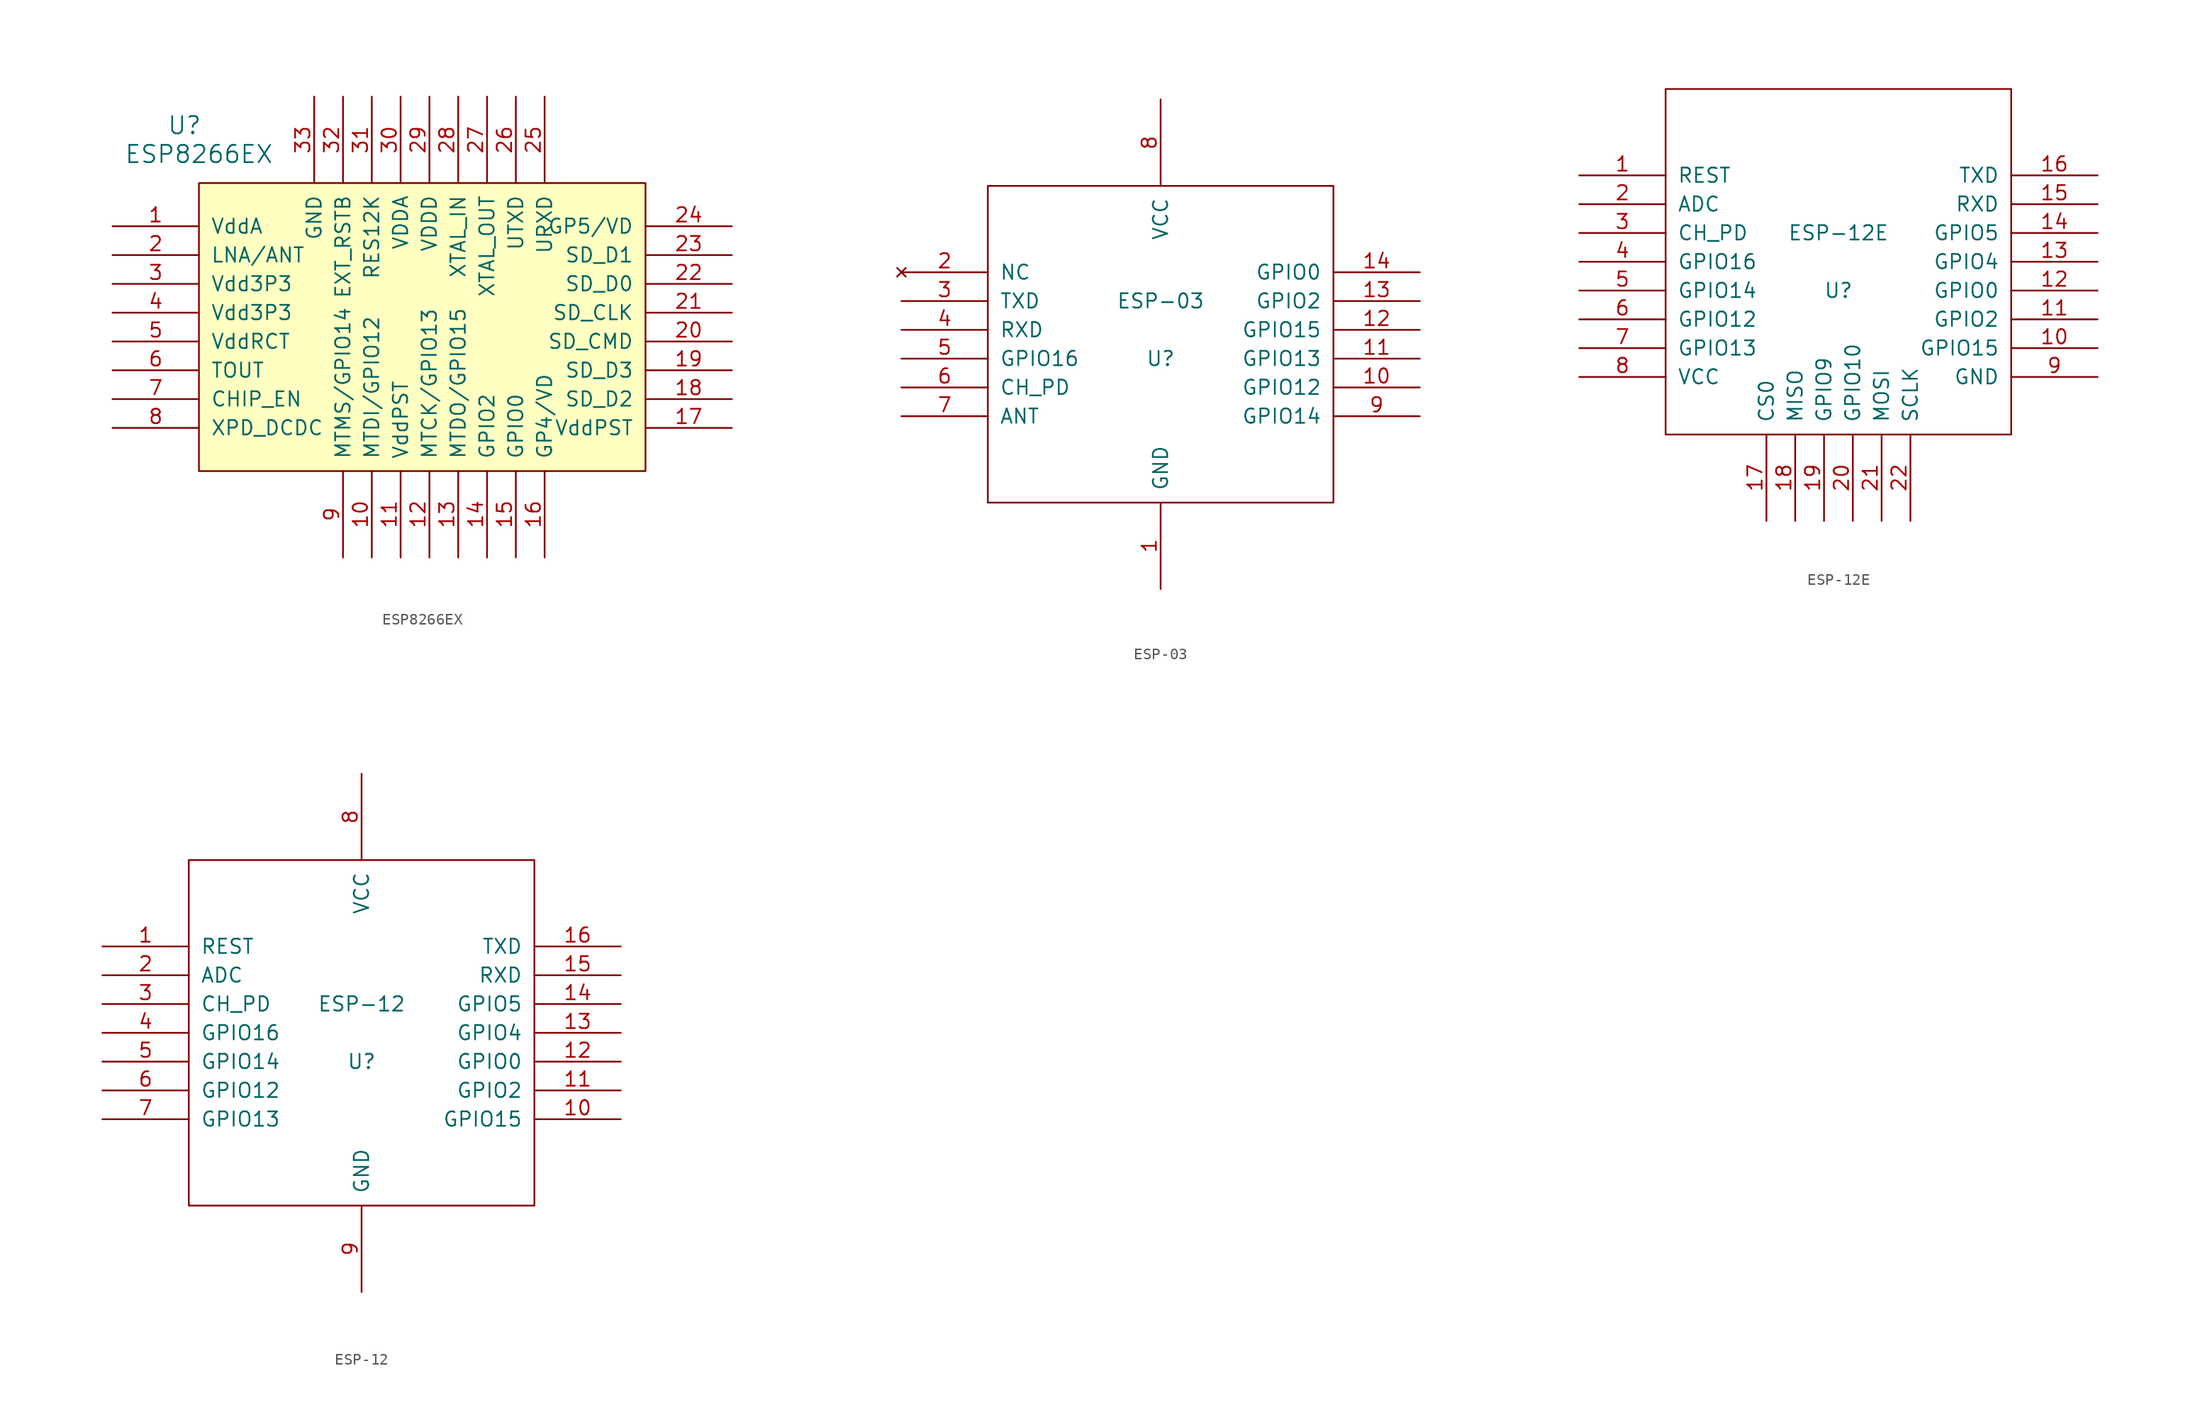
<source format=kicad_sym>
(kicad_symbol_lib
  (version 20211014)
  (generator kicad_symbol_editor)
  (symbol "ESP8266EX"
    (pin_names
      (offset 1.016))
    (property "Reference" "U"
      (at -22.86 17.78 0)
      (effects (font (size 1.524 1.524))))
    (property "Value" "ESP8266EX"
      (at -21.59 15.24 0)
      (effects (font (size 1.524 1.524))))
    (property "Footprint" ""
      (at -22.86 17.78 0)
      (effects (font (size 1.524 1.524))))
    (property "Datasheet" ""
      (at -22.86 17.78 0)
      (effects (font (size 1.524 1.524))))
    (symbol "ESP8266EX_0_1"
      (rectangle (start -21.59 12.7) (end 17.78 -12.7) (stroke (width 0) (type default) (color 0 0 0 0)) (fill (type background))))
    (symbol "ESP8266EX_1_1"
      (pin input line (at -29.21 8.89 0) (length 7.62) (name "VddA" (effects (font (size 1.27 1.27)))) (number "1" (effects (font (size 1.27 1.27)))))
      (pin input line (at -6.35 -20.32 90) (length 7.62) (name "MTDI/GPIO12" (effects (font (size 1.27 1.27)))) (number "10" (effects (font (size 1.27 1.27)))))
      (pin input line (at -3.81 -20.32 90) (length 7.62) (name "VddPST" (effects (font (size 1.27 1.27)))) (number "11" (effects (font (size 1.27 1.27)))))
      (pin input line (at -1.27 -20.32 90) (length 7.62) (name "MTCK/GPIO13" (effects (font (size 1.27 1.27)))) (number "12" (effects (font (size 1.27 1.27)))))
      (pin input line (at 1.27 -20.32 90) (length 7.62) (name "MTDO/GPIO15" (effects (font (size 1.27 1.27)))) (number "13" (effects (font (size 1.27 1.27)))))
      (pin input line (at 3.81 -20.32 90) (length 7.62) (name "GPIO2" (effects (font (size 1.27 1.27)))) (number "14" (effects (font (size 1.27 1.27)))))
      (pin input line (at 6.35 -20.32 90) (length 7.62) (name "GPIO0" (effects (font (size 1.27 1.27)))) (number "15" (effects (font (size 1.27 1.27)))))
      (pin input line (at 8.89 -20.32 90) (length 7.62) (name "GP4/VD" (effects (font (size 1.27 1.27)))) (number "16" (effects (font (size 1.27 1.27)))))
      (pin input line (at 25.4 -8.89 180) (length 7.62) (name "VddPST" (effects (font (size 1.27 1.27)))) (number "17" (effects (font (size 1.27 1.27)))))
      (pin input line (at 25.4 -6.35 180) (length 7.62) (name "SD_D2" (effects (font (size 1.27 1.27)))) (number "18" (effects (font (size 1.27 1.27)))))
      (pin input line (at 25.4 -3.81 180) (length 7.62) (name "SD_D3" (effects (font (size 1.27 1.27)))) (number "19" (effects (font (size 1.27 1.27)))))
      (pin input line (at -29.21 6.35 0) (length 7.62) (name "LNA/ANT" (effects (font (size 1.27 1.27)))) (number "2" (effects (font (size 1.27 1.27)))))
      (pin input line (at 25.4 -1.27 180) (length 7.62) (name "SD_CMD" (effects (font (size 1.27 1.27)))) (number "20" (effects (font (size 1.27 1.27)))))
      (pin input line (at 25.4 1.27 180) (length 7.62) (name "SD_CLK" (effects (font (size 1.27 1.27)))) (number "21" (effects (font (size 1.27 1.27)))))
      (pin input line (at 25.4 3.81 180) (length 7.62) (name "SD_D0" (effects (font (size 1.27 1.27)))) (number "22" (effects (font (size 1.27 1.27)))))
      (pin input line (at 25.4 6.35 180) (length 7.62) (name "SD_D1" (effects (font (size 1.27 1.27)))) (number "23" (effects (font (size 1.27 1.27)))))
      (pin input line (at 25.4 8.89 180) (length 7.62) (name "GP5/VD" (effects (font (size 1.27 1.27)))) (number "24" (effects (font (size 1.27 1.27)))))
      (pin input line (at 8.89 20.32 270) (length 7.62) (name "URXD" (effects (font (size 1.27 1.27)))) (number "25" (effects (font (size 1.27 1.27)))))
      (pin input line (at 6.35 20.32 270) (length 7.62) (name "UTXD" (effects (font (size 1.27 1.27)))) (number "26" (effects (font (size 1.27 1.27)))))
      (pin input line (at 3.81 20.32 270) (length 7.62) (name "XTAL_OUT" (effects (font (size 1.27 1.27)))) (number "27" (effects (font (size 1.27 1.27)))))
      (pin input line (at 1.27 20.32 270) (length 7.62) (name "XTAL_IN" (effects (font (size 1.27 1.27)))) (number "28" (effects (font (size 1.27 1.27)))))
      (pin input line (at -1.27 20.32 270) (length 7.62) (name "VDDD" (effects (font (size 1.27 1.27)))) (number "29" (effects (font (size 1.27 1.27)))))
      (pin input line (at -29.21 3.81 0) (length 7.62) (name "Vdd3P3" (effects (font (size 1.27 1.27)))) (number "3" (effects (font (size 1.27 1.27)))))
      (pin input line (at -3.81 20.32 270) (length 7.62) (name "VDDA" (effects (font (size 1.27 1.27)))) (number "30" (effects (font (size 1.27 1.27)))))
      (pin input line (at -6.35 20.32 270) (length 7.62) (name "RES12K" (effects (font (size 1.27 1.27)))) (number "31" (effects (font (size 1.27 1.27)))))
      (pin input line (at -8.89 20.32 270) (length 7.62) (name "EXT_RSTB" (effects (font (size 1.27 1.27)))) (number "32" (effects (font (size 1.27 1.27)))))
      (pin input line (at -11.43 20.32 270) (length 7.62) (name "GND" (effects (font (size 1.27 1.27)))) (number "33" (effects (font (size 1.27 1.27)))))
      (pin input line (at -29.21 1.27 0) (length 7.62) (name "Vdd3P3" (effects (font (size 1.27 1.27)))) (number "4" (effects (font (size 1.27 1.27)))))
      (pin input line (at -29.21 -1.27 0) (length 7.62) (name "VddRCT" (effects (font (size 1.27 1.27)))) (number "5" (effects (font (size 1.27 1.27)))))
      (pin input line (at -29.21 -3.81 0) (length 7.62) (name "TOUT" (effects (font (size 1.27 1.27)))) (number "6" (effects (font (size 1.27 1.27)))))
      (pin input line (at -29.21 -6.35 0) (length 7.62) (name "CHIP_EN" (effects (font (size 1.27 1.27)))) (number "7" (effects (font (size 1.27 1.27)))))
      (pin input line (at -29.21 -8.89 0) (length 7.62) (name "XPD_DCDC" (effects (font (size 1.27 1.27)))) (number "8" (effects (font (size 1.27 1.27)))))
      (pin input line (at -8.89 -20.32 90) (length 7.62) (name "MTMS/GPIO14" (effects (font (size 1.27 1.27)))) (number "9" (effects (font (size 1.27 1.27)))))))
  (symbol "ESP-03"
    (pin_names
      (offset 1.016))
    (property "Reference" "U"
      (at 0 0 0)
      (effects (font (size 1.27 1.27))))
    (property "Value" "ESP-03"
      (at 0 5.08 0)
      (effects (font (size 1.27 1.27))))
    (symbol "ESP-03_1_0"
      (rectangle (start -15.24 -12.7) (end 15.24 15.24) (stroke (width 0) (type default) (color 0 0 0 0)) (fill (type none))))
    (symbol "ESP-03_1_1"
      (pin power_in line (at 0 -20.32 90) (length 7.62) (name "GND" (effects (font (size 1.27 1.27)))) (number "1" (effects (font (size 1.27 1.27)))))
      (pin bidirectional line (at 22.86 -2.54 180) (length 7.62) (name "GPIO12" (effects (font (size 1.27 1.27)))) (number "10" (effects (font (size 1.27 1.27)))))
      (pin bidirectional line (at 22.86 0 180) (length 7.62) (name "GPIO13" (effects (font (size 1.27 1.27)))) (number "11" (effects (font (size 1.27 1.27)))))
      (pin bidirectional line (at 22.86 2.54 180) (length 7.62) (name "GPIO15" (effects (font (size 1.27 1.27)))) (number "12" (effects (font (size 1.27 1.27)))))
      (pin bidirectional line (at 22.86 5.08 180) (length 7.62) (name "GPIO2" (effects (font (size 1.27 1.27)))) (number "13" (effects (font (size 1.27 1.27)))))
      (pin input line (at 22.86 7.62 180) (length 7.62) (name "GPIO0" (effects (font (size 1.27 1.27)))) (number "14" (effects (font (size 1.27 1.27)))))
      (pin no_connect line (at -22.86 7.62 0) (length 7.62) (name "NC" (effects (font (size 1.27 1.27)))) (number "2" (effects (font (size 1.27 1.27)))))
      (pin output line (at -22.86 5.08 0) (length 7.62) (name "TXD" (effects (font (size 1.27 1.27)))) (number "3" (effects (font (size 1.27 1.27)))))
      (pin input line (at -22.86 2.54 0) (length 7.62) (name "RXD" (effects (font (size 1.27 1.27)))) (number "4" (effects (font (size 1.27 1.27)))))
      (pin bidirectional line (at -22.86 0 0) (length 7.62) (name "GPIO16" (effects (font (size 1.27 1.27)))) (number "5" (effects (font (size 1.27 1.27)))))
      (pin input line (at -22.86 -2.54 0) (length 7.62) (name "CH_PD" (effects (font (size 1.27 1.27)))) (number "6" (effects (font (size 1.27 1.27)))))
      (pin unspecified line (at -22.86 -5.08 0) (length 7.62) (name "ANT" (effects (font (size 1.27 1.27)))) (number "7" (effects (font (size 1.27 1.27)))))
      (pin power_in line (at 0 22.86 270) (length 7.62) (name "VCC" (effects (font (size 1.27 1.27)))) (number "8" (effects (font (size 1.27 1.27)))))
      (pin bidirectional line (at 22.86 -5.08 180) (length 7.62) (name "GPIO14" (effects (font (size 1.27 1.27)))) (number "9" (effects (font (size 1.27 1.27)))))))
  (symbol "ESP-12E"
    (pin_names
      (offset 1.016))
    (property "Reference" "U"
      (at 0 -2.54 0)
      (effects (font (size 1.27 1.27))))
    (property "Value" "ESP-12E"
      (at 0 2.54 0)
      (effects (font (size 1.27 1.27))))
    (symbol "ESP-12E_1_0"
      (rectangle (start -15.24 -15.24) (end 15.24 15.24) (stroke (width 0) (type default) (color 0 0 0 0)) (fill (type none))))
    (symbol "ESP-12E_1_1"
      (pin input line (at -22.86 7.62 0) (length 7.62) (name "REST" (effects (font (size 1.27 1.27)))) (number "1" (effects (font (size 1.27 1.27)))))
      (pin bidirectional line (at 22.86 -7.62 180) (length 7.62) (name "GPIO15" (effects (font (size 1.27 1.27)))) (number "10" (effects (font (size 1.27 1.27)))))
      (pin bidirectional line (at 22.86 -5.08 180) (length 7.62) (name "GPIO2" (effects (font (size 1.27 1.27)))) (number "11" (effects (font (size 1.27 1.27)))))
      (pin bidirectional line (at 22.86 -2.54 180) (length 7.62) (name "GPIO0" (effects (font (size 1.27 1.27)))) (number "12" (effects (font (size 1.27 1.27)))))
      (pin bidirectional line (at 22.86 0 180) (length 7.62) (name "GPIO4" (effects (font (size 1.27 1.27)))) (number "13" (effects (font (size 1.27 1.27)))))
      (pin bidirectional line (at 22.86 2.54 180) (length 7.62) (name "GPIO5" (effects (font (size 1.27 1.27)))) (number "14" (effects (font (size 1.27 1.27)))))
      (pin input line (at 22.86 5.08 180) (length 7.62) (name "RXD" (effects (font (size 1.27 1.27)))) (number "15" (effects (font (size 1.27 1.27)))))
      (pin output line (at 22.86 7.62 180) (length 7.62) (name "TXD" (effects (font (size 1.27 1.27)))) (number "16" (effects (font (size 1.27 1.27)))))
      (pin bidirectional line (at -6.35 -22.86 90) (length 7.62) (name "CS0" (effects (font (size 1.27 1.27)))) (number "17" (effects (font (size 1.27 1.27)))))
      (pin bidirectional line (at -3.81 -22.86 90) (length 7.62) (name "MISO" (effects (font (size 1.27 1.27)))) (number "18" (effects (font (size 1.27 1.27)))))
      (pin bidirectional line (at -1.27 -22.86 90) (length 7.62) (name "GPIO9" (effects (font (size 1.27 1.27)))) (number "19" (effects (font (size 1.27 1.27)))))
      (pin passive line (at -22.86 5.08 0) (length 7.62) (name "ADC" (effects (font (size 1.27 1.27)))) (number "2" (effects (font (size 1.27 1.27)))))
      (pin bidirectional line (at 1.27 -22.86 90) (length 7.62) (name "GPIO10" (effects (font (size 1.27 1.27)))) (number "20" (effects (font (size 1.27 1.27)))))
      (pin bidirectional line (at 3.81 -22.86 90) (length 7.62) (name "MOSI" (effects (font (size 1.27 1.27)))) (number "21" (effects (font (size 1.27 1.27)))))
      (pin bidirectional line (at 6.35 -22.86 90) (length 7.62) (name "SCLK" (effects (font (size 1.27 1.27)))) (number "22" (effects (font (size 1.27 1.27)))))
      (pin input line (at -22.86 2.54 0) (length 7.62) (name "CH_PD" (effects (font (size 1.27 1.27)))) (number "3" (effects (font (size 1.27 1.27)))))
      (pin bidirectional line (at -22.86 0 0) (length 7.62) (name "GPIO16" (effects (font (size 1.27 1.27)))) (number "4" (effects (font (size 1.27 1.27)))))
      (pin bidirectional line (at -22.86 -2.54 0) (length 7.62) (name "GPIO14" (effects (font (size 1.27 1.27)))) (number "5" (effects (font (size 1.27 1.27)))))
      (pin bidirectional line (at -22.86 -5.08 0) (length 7.62) (name "GPIO12" (effects (font (size 1.27 1.27)))) (number "6" (effects (font (size 1.27 1.27)))))
      (pin bidirectional line (at -22.86 -7.62 0) (length 7.62) (name "GPIO13" (effects (font (size 1.27 1.27)))) (number "7" (effects (font (size 1.27 1.27)))))
      (pin power_in line (at -22.86 -10.16 0) (length 7.62) (name "VCC" (effects (font (size 1.27 1.27)))) (number "8" (effects (font (size 1.27 1.27)))))
      (pin power_in line (at 22.86 -10.16 180) (length 7.62) (name "GND" (effects (font (size 1.27 1.27)))) (number "9" (effects (font (size 1.27 1.27)))))))
  (symbol "ESP-12"
    (pin_names
      (offset 1.016))
    (property "Reference" "U"
      (at 0 -2.54 0)
      (effects (font (size 1.27 1.27))))
    (property "Value" "ESP-12"
      (at 0 2.54 0)
      (effects (font (size 1.27 1.27))))
    (symbol "ESP-12_1_0"
      (rectangle (start -15.24 -15.24) (end 15.24 15.24) (stroke (width 0) (type default) (color 0 0 0 0)) (fill (type none))))
    (symbol "ESP-12_1_1"
      (pin input line (at -22.86 7.62 0) (length 7.62) (name "REST" (effects (font (size 1.27 1.27)))) (number "1" (effects (font (size 1.27 1.27)))))
      (pin bidirectional line (at 22.86 -7.62 180) (length 7.62) (name "GPIO15" (effects (font (size 1.27 1.27)))) (number "10" (effects (font (size 1.27 1.27)))))
      (pin bidirectional line (at 22.86 -5.08 180) (length 7.62) (name "GPIO2" (effects (font (size 1.27 1.27)))) (number "11" (effects (font (size 1.27 1.27)))))
      (pin bidirectional line (at 22.86 -2.54 180) (length 7.62) (name "GPIO0" (effects (font (size 1.27 1.27)))) (number "12" (effects (font (size 1.27 1.27)))))
      (pin bidirectional line (at 22.86 0 180) (length 7.62) (name "GPIO4" (effects (font (size 1.27 1.27)))) (number "13" (effects (font (size 1.27 1.27)))))
      (pin bidirectional line (at 22.86 2.54 180) (length 7.62) (name "GPIO5" (effects (font (size 1.27 1.27)))) (number "14" (effects (font (size 1.27 1.27)))))
      (pin input line (at 22.86 5.08 180) (length 7.62) (name "RXD" (effects (font (size 1.27 1.27)))) (number "15" (effects (font (size 1.27 1.27)))))
      (pin output line (at 22.86 7.62 180) (length 7.62) (name "TXD" (effects (font (size 1.27 1.27)))) (number "16" (effects (font (size 1.27 1.27)))))
      (pin passive line (at -22.86 5.08 0) (length 7.62) (name "ADC" (effects (font (size 1.27 1.27)))) (number "2" (effects (font (size 1.27 1.27)))))
      (pin input line (at -22.86 2.54 0) (length 7.62) (name "CH_PD" (effects (font (size 1.27 1.27)))) (number "3" (effects (font (size 1.27 1.27)))))
      (pin bidirectional line (at -22.86 0 0) (length 7.62) (name "GPIO16" (effects (font (size 1.27 1.27)))) (number "4" (effects (font (size 1.27 1.27)))))
      (pin bidirectional line (at -22.86 -2.54 0) (length 7.62) (name "GPIO14" (effects (font (size 1.27 1.27)))) (number "5" (effects (font (size 1.27 1.27)))))
      (pin bidirectional line (at -22.86 -5.08 0) (length 7.62) (name "GPIO12" (effects (font (size 1.27 1.27)))) (number "6" (effects (font (size 1.27 1.27)))))
      (pin bidirectional line (at -22.86 -7.62 0) (length 7.62) (name "GPIO13" (effects (font (size 1.27 1.27)))) (number "7" (effects (font (size 1.27 1.27)))))
      (pin power_in line (at 0 22.86 270) (length 7.62) (name "VCC" (effects (font (size 1.27 1.27)))) (number "8" (effects (font (size 1.27 1.27)))))
      (pin power_in line (at 0 -22.86 90) (length 7.62) (name "GND" (effects (font (size 1.27 1.27)))) (number "9" (effects (font (size 1.27 1.27))))))))
</source>
